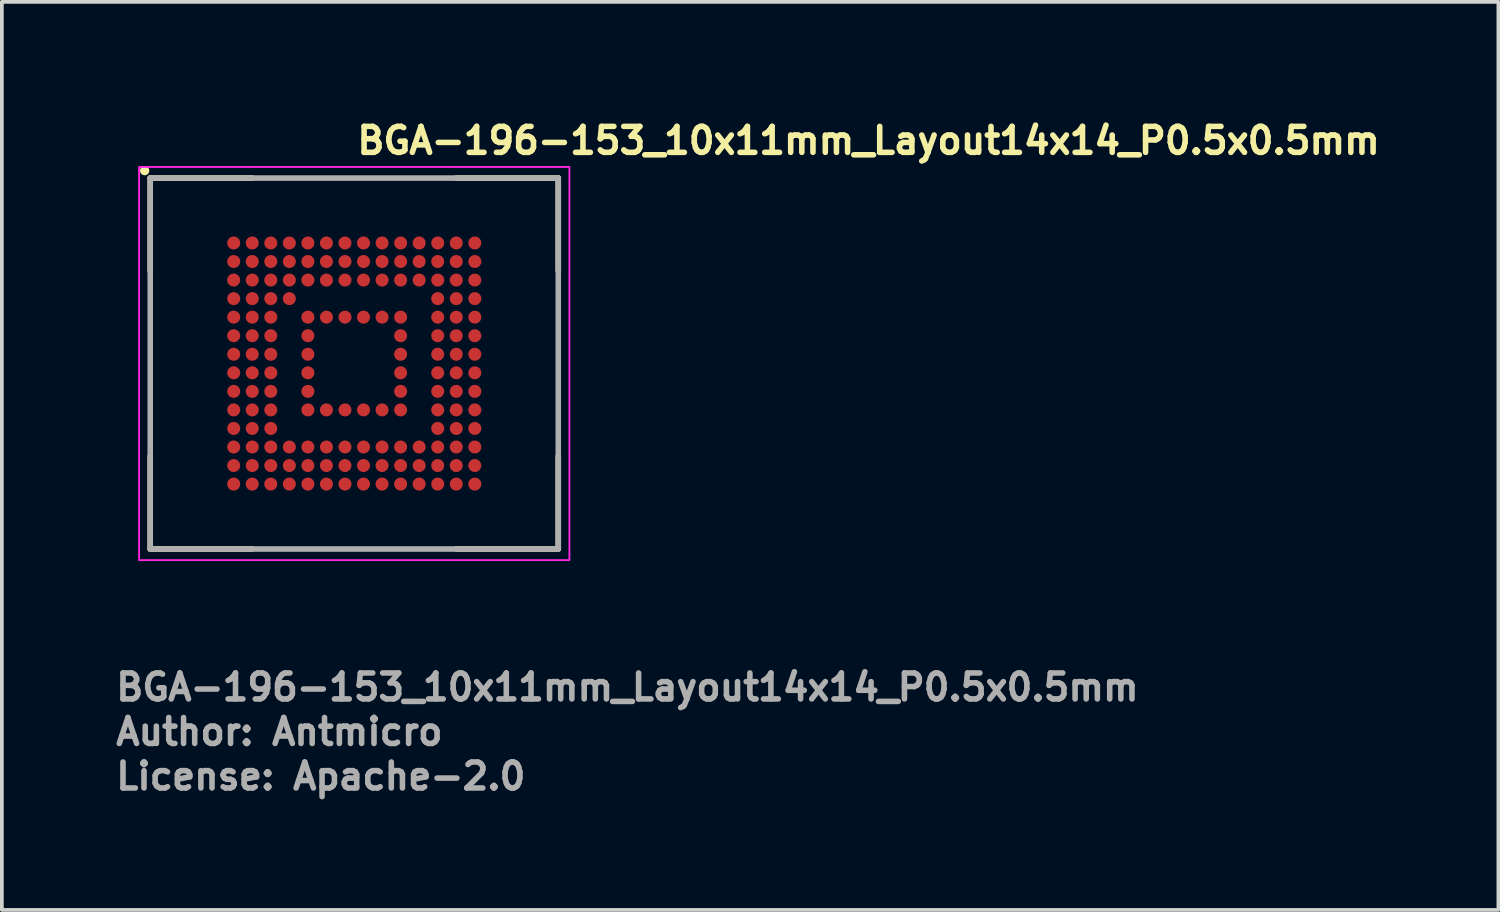
<source format=kicad_pcb>
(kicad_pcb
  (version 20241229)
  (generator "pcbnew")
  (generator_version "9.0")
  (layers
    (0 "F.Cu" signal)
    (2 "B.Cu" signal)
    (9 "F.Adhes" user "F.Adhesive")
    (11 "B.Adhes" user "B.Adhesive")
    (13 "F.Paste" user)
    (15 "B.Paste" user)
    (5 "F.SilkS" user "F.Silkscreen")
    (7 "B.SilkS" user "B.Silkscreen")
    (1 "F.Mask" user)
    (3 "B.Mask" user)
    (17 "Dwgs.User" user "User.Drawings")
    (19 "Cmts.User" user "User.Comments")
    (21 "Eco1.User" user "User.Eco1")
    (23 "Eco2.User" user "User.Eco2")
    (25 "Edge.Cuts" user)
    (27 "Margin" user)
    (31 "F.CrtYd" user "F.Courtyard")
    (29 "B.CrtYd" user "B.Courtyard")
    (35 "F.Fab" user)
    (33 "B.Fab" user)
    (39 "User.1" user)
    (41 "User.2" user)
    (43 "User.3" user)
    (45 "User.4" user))
  (footprint "BGA-196-153_10x11mm_Layout14x14_P0.5x0.5mm"
    (layer "F.Cu")
    (at 6.5 6.75)
    (property "Reference" "BGA-196-153_10x11mm_Layout14x14_P0.5x0.5mm" (at 0 -5.6 0) (layer "F.SilkS") (effects (font (size 0.7 0.7) (thickness 0.15)) (justify left bottom)))
    (attr smd)
    (fp_line (start -5.5 -5) (end -5.5 -2.5) (stroke (width 0.15) (type solid)) (layer "F.SilkS"))
    (fp_line (start -5.5 -5) (end -2.75 -5) (stroke (width 0.15) (type solid)) (layer "F.SilkS"))
    (fp_line (start -5.5 5) (end -5.5 2.5) (stroke (width 0.15) (type solid)) (layer "F.SilkS"))
    (fp_line (start -5.5 5) (end -2.75 5) (stroke (width 0.15) (type solid)) (layer "F.SilkS"))
    (fp_line (start 5.5 -5) (end 2.75 -5) (stroke (width 0.15) (type solid)) (layer "F.SilkS"))
    (fp_line (start 5.5 -5) (end 5.5 -2.5) (stroke (width 0.15) (type solid)) (layer "F.SilkS"))
    (fp_line (start 5.5 5) (end 2.75 5) (stroke (width 0.15) (type solid)) (layer "F.SilkS"))
    (fp_line (start 5.5 5) (end 5.5 2.5) (stroke (width 0.15) (type solid)) (layer "F.SilkS"))
    (fp_circle (center -5.65 -5.2) (end -5.6 -5.2) (stroke (width 0.15) (type solid)) (fill yes) (layer "F.SilkS"))
    (fp_rect (start -5.8 -5.3) (end 5.8 5.3) (stroke (width 0.05) (type solid)) (fill no) (layer "F.CrtYd"))
    (fp_line (start -5.5 5) (end -5.5 -5) (stroke (width 0.15) (type solid)) (layer "F.Fab"))
    (fp_line (start 5.5 -5) (end -5.5 -5) (stroke (width 0.15) (type solid)) (layer "F.Fab"))
    (fp_line (start 5.5 5) (end -5.5 5) (stroke (width 0.15) (type solid)) (layer "F.Fab"))
    (fp_line (start 5.5 5) (end 5.5 -5) (stroke (width 0.15) (type solid)) (layer "F.Fab"))
    (fp_rect (start -5.5 -5) (end 5.5 5) (stroke (width 0.1) (type solid)) (fill no) (layer "User.5"))
    (fp_line (start -5.5 -5) (end -5.5 5) (stroke (width 0.02) (type solid)) (layer "User.9"))
    (fp_line (start -5.5 5) (end 5.5 5) (stroke (width 0.02) (type solid)) (layer "User.9"))
    (fp_line (start -5.165 -4.317) (end -5.165 -4.307) (stroke (width 0.02) (type solid)) (layer "User.9"))
    (fp_line (start -5.165 -4.317) (end -5.165 -4.307) (stroke (width 0.02) (type solid)) (layer "User.9"))
    (fp_line (start -5.165 -4.307) (end -5.164 -4.288) (stroke (width 0.02) (type solid)) (layer "User.9"))
    (fp_line (start -5.165 -4.307) (end -5.164 -4.288) (stroke (width 0.02) (type solid)) (layer "User.9"))
    (fp_line (start -5.164 -4.327) (end -5.165 -4.317) (stroke (width 0.02) (type solid)) (layer "User.9"))
    (fp_line (start -5.164 -4.327) (end -5.165 -4.317) (stroke (width 0.02) (type solid)) (layer "User.9"))
    (fp_line (start -5.164 -4.288) (end -5.162 -4.268) (stroke (width 0.02) (type solid)) (layer "User.9"))
    (fp_line (start -5.164 -4.288) (end -5.162 -4.268) (stroke (width 0.02) (type solid)) (layer "User.9"))
    (fp_line (start -5.163 -4.337) (end -5.164 -4.327) (stroke (width 0.02) (type solid)) (layer "User.9"))
    (fp_line (start -5.163 -4.337) (end -5.164 -4.327) (stroke (width 0.02) (type solid)) (layer "User.9"))
    (fp_line (start -5.162 -4.347) (end -5.163 -4.337) (stroke (width 0.02) (type solid)) (layer "User.9"))
    (fp_line (start -5.162 -4.347) (end -5.163 -4.337) (stroke (width 0.02) (type solid)) (layer "User.9"))
    (fp_line (start -5.162 -4.268) (end -5.159 -4.249) (stroke (width 0.02) (type solid)) (layer "User.9"))
    (fp_line (start -5.162 -4.268) (end -5.159 -4.249) (stroke (width 0.02) (type solid)) (layer "User.9"))
    (fp_line (start -5.161 -4.356) (end -5.162 -4.347) (stroke (width 0.02) (type solid)) (layer "User.9"))
    (fp_line (start -5.161 -4.356) (end -5.162 -4.347) (stroke (width 0.02) (type solid)) (layer "User.9"))
    (fp_line (start -5.159 -4.366) (end -5.161 -4.356) (stroke (width 0.02) (type solid)) (layer "User.9"))
    (fp_line (start -5.159 -4.366) (end -5.161 -4.356) (stroke (width 0.02) (type solid)) (layer "User.9"))
    (fp_line (start -5.159 -4.249) (end -5.154 -4.23) (stroke (width 0.02) (type solid)) (layer "User.9"))
    (fp_line (start -5.159 -4.249) (end -5.154 -4.23) (stroke (width 0.02) (type solid)) (layer "User.9"))
    (fp_line (start -5.157 -4.375) (end -5.159 -4.366) (stroke (width 0.02) (type solid)) (layer "User.9"))
    (fp_line (start -5.157 -4.375) (end -5.159 -4.366) (stroke (width 0.02) (type solid)) (layer "User.9"))
    (fp_line (start -5.154 -4.385) (end -5.157 -4.375) (stroke (width 0.02) (type solid)) (layer "User.9"))
    (fp_line (start -5.154 -4.385) (end -5.157 -4.375) (stroke (width 0.02) (type solid)) (layer "User.9"))
    (fp_line (start -5.154 -4.23) (end -5.149 -4.212) (stroke (width 0.02) (type solid)) (layer "User.9"))
    (fp_line (start -5.154 -4.23) (end -5.149 -4.212) (stroke (width 0.02) (type solid)) (layer "User.9"))
    (fp_line (start -5.152 -4.394) (end -5.154 -4.385) (stroke (width 0.02) (type solid)) (layer "User.9"))
    (fp_line (start -5.152 -4.394) (end -5.154 -4.385) (stroke (width 0.02) (type solid)) (layer "User.9"))
    (fp_line (start -5.149 -4.403) (end -5.152 -4.394) (stroke (width 0.02) (type solid)) (layer "User.9"))
    (fp_line (start -5.149 -4.403) (end -5.152 -4.394) (stroke (width 0.02) (type solid)) (layer "User.9"))
    (fp_line (start -5.149 -4.212) (end -5.142 -4.194) (stroke (width 0.02) (type solid)) (layer "User.9"))
    (fp_line (start -5.149 -4.212) (end -5.142 -4.194) (stroke (width 0.02) (type solid)) (layer "User.9"))
    (fp_line (start -5.146 -4.412) (end -5.149 -4.403) (stroke (width 0.02) (type solid)) (layer "User.9"))
    (fp_line (start -5.146 -4.412) (end -5.149 -4.403) (stroke (width 0.02) (type solid)) (layer "User.9"))
    (fp_line (start -5.142 -4.421) (end -5.146 -4.412) (stroke (width 0.02) (type solid)) (layer "User.9"))
    (fp_line (start -5.142 -4.421) (end -5.146 -4.412) (stroke (width 0.02) (type solid)) (layer "User.9"))
    (fp_line (start -5.142 -4.194) (end -5.134 -4.176) (stroke (width 0.02) (type solid)) (layer "User.9"))
    (fp_line (start -5.142 -4.194) (end -5.134 -4.176) (stroke (width 0.02) (type solid)) (layer "User.9"))
    (fp_line (start -5.138 -4.43) (end -5.142 -4.421) (stroke (width 0.02) (type solid)) (layer "User.9"))
    (fp_line (start -5.138 -4.43) (end -5.142 -4.421) (stroke (width 0.02) (type solid)) (layer "User.9"))
    (fp_line (start -5.134 -4.439) (end -5.138 -4.43) (stroke (width 0.02) (type solid)) (layer "User.9"))
    (fp_line (start -5.134 -4.439) (end -5.138 -4.43) (stroke (width 0.02) (type solid)) (layer "User.9"))
    (fp_line (start -5.134 -4.176) (end -5.125 -4.159) (stroke (width 0.02) (type solid)) (layer "User.9"))
    (fp_line (start -5.134 -4.176) (end -5.125 -4.159) (stroke (width 0.02) (type solid)) (layer "User.9"))
    (fp_line (start -5.13 -4.447) (end -5.134 -4.439) (stroke (width 0.02) (type solid)) (layer "User.9"))
    (fp_line (start -5.13 -4.447) (end -5.134 -4.439) (stroke (width 0.02) (type solid)) (layer "User.9"))
    (fp_line (start -5.125 -4.456) (end -5.13 -4.447) (stroke (width 0.02) (type solid)) (layer "User.9"))
    (fp_line (start -5.125 -4.456) (end -5.13 -4.447) (stroke (width 0.02) (type solid)) (layer "User.9"))
    (fp_line (start -5.125 -4.159) (end -5.115 -4.143) (stroke (width 0.02) (type solid)) (layer "User.9"))
    (fp_line (start -5.125 -4.159) (end -5.115 -4.143) (stroke (width 0.02) (type solid)) (layer "User.9"))
    (fp_line (start -5.12 -4.464) (end -5.125 -4.456) (stroke (width 0.02) (type solid)) (layer "User.9"))
    (fp_line (start -5.12 -4.464) (end -5.125 -4.456) (stroke (width 0.02) (type solid)) (layer "User.9"))
    (fp_line (start -5.115 -4.472) (end -5.12 -4.464) (stroke (width 0.02) (type solid)) (layer "User.9"))
    (fp_line (start -5.115 -4.472) (end -5.12 -4.464) (stroke (width 0.02) (type solid)) (layer "User.9"))
    (fp_line (start -5.115 -4.143) (end -5.104 -4.127) (stroke (width 0.02) (type solid)) (layer "User.9"))
    (fp_line (start -5.115 -4.143) (end -5.104 -4.127) (stroke (width 0.02) (type solid)) (layer "User.9"))
    (fp_line (start -5.109 -4.48) (end -5.115 -4.472) (stroke (width 0.02) (type solid)) (layer "User.9"))
    (fp_line (start -5.109 -4.48) (end -5.115 -4.472) (stroke (width 0.02) (type solid)) (layer "User.9"))
    (fp_line (start -5.104 -4.488) (end -5.109 -4.48) (stroke (width 0.02) (type solid)) (layer "User.9"))
    (fp_line (start -5.104 -4.488) (end -5.109 -4.48) (stroke (width 0.02) (type solid)) (layer "User.9"))
    (fp_line (start -5.104 -4.127) (end -5.091 -4.112) (stroke (width 0.02) (type solid)) (layer "User.9"))
    (fp_line (start -5.104 -4.127) (end -5.091 -4.112) (stroke (width 0.02) (type solid)) (layer "User.9"))
    (fp_line (start -5.098 -4.495) (end -5.104 -4.488) (stroke (width 0.02) (type solid)) (layer "User.9"))
    (fp_line (start -5.098 -4.495) (end -5.104 -4.488) (stroke (width 0.02) (type solid)) (layer "User.9"))
    (fp_line (start -5.091 -4.502) (end -5.098 -4.495) (stroke (width 0.02) (type solid)) (layer "User.9"))
    (fp_line (start -5.091 -4.502) (end -5.098 -4.495) (stroke (width 0.02) (type solid)) (layer "User.9"))
    (fp_line (start -5.091 -4.112) (end -5.078 -4.098) (stroke (width 0.02) (type solid)) (layer "User.9"))
    (fp_line (start -5.091 -4.112) (end -5.078 -4.098) (stroke (width 0.02) (type solid)) (layer "User.9"))
    (fp_line (start -5.085 -4.51) (end -5.091 -4.502) (stroke (width 0.02) (type solid)) (layer "User.9"))
    (fp_line (start -5.085 -4.51) (end -5.091 -4.502) (stroke (width 0.02) (type solid)) (layer "User.9"))
    (fp_line (start -5.078 -4.517) (end -5.085 -4.51) (stroke (width 0.02) (type solid)) (layer "User.9"))
    (fp_line (start -5.078 -4.517) (end -5.085 -4.51) (stroke (width 0.02) (type solid)) (layer "User.9"))
    (fp_line (start -5.078 -4.098) (end -5.064 -4.085) (stroke (width 0.02) (type solid)) (layer "User.9"))
    (fp_line (start -5.078 -4.098) (end -5.064 -4.085) (stroke (width 0.02) (type solid)) (layer "User.9"))
    (fp_line (start -5.071 -4.523) (end -5.078 -4.517) (stroke (width 0.02) (type solid)) (layer "User.9"))
    (fp_line (start -5.071 -4.523) (end -5.078 -4.517) (stroke (width 0.02) (type solid)) (layer "User.9"))
    (fp_line (start -5.064 -4.53) (end -5.071 -4.523) (stroke (width 0.02) (type solid)) (layer "User.9"))
    (fp_line (start -5.064 -4.53) (end -5.071 -4.523) (stroke (width 0.02) (type solid)) (layer "User.9"))
    (fp_line (start -5.064 -4.085) (end -5.049 -4.073) (stroke (width 0.02) (type solid)) (layer "User.9"))
    (fp_line (start -5.064 -4.085) (end -5.049 -4.073) (stroke (width 0.02) (type solid)) (layer "User.9"))
    (fp_line (start -5.057 -4.536) (end -5.064 -4.53) (stroke (width 0.02) (type solid)) (layer "User.9"))
    (fp_line (start -5.057 -4.536) (end -5.064 -4.53) (stroke (width 0.02) (type solid)) (layer "User.9"))
    (fp_line (start -5.049 -4.542) (end -5.057 -4.536) (stroke (width 0.02) (type solid)) (layer "User.9"))
    (fp_line (start -5.049 -4.542) (end -5.057 -4.536) (stroke (width 0.02) (type solid)) (layer "User.9"))
    (fp_line (start -5.049 -4.073) (end -5.033 -4.061) (stroke (width 0.02) (type solid)) (layer "User.9"))
    (fp_line (start -5.049 -4.073) (end -5.033 -4.061) (stroke (width 0.02) (type solid)) (layer "User.9"))
    (fp_line (start -5.041 -4.548) (end -5.049 -4.542) (stroke (width 0.02) (type solid)) (layer "User.9"))
    (fp_line (start -5.041 -4.548) (end -5.049 -4.542) (stroke (width 0.02) (type solid)) (layer "User.9"))
    (fp_line (start -5.033 -4.554) (end -5.041 -4.548) (stroke (width 0.02) (type solid)) (layer "User.9"))
    (fp_line (start -5.033 -4.554) (end -5.041 -4.548) (stroke (width 0.02) (type solid)) (layer "User.9"))
    (fp_line (start -5.033 -4.061) (end -5.016 -4.051) (stroke (width 0.02) (type solid)) (layer "User.9"))
    (fp_line (start -5.033 -4.061) (end -5.016 -4.051) (stroke (width 0.02) (type solid)) (layer "User.9"))
    (fp_line (start -5.025 -4.559) (end -5.033 -4.554) (stroke (width 0.02) (type solid)) (layer "User.9"))
    (fp_line (start -5.025 -4.559) (end -5.033 -4.554) (stroke (width 0.02) (type solid)) (layer "User.9"))
    (fp_line (start -5.016 -4.564) (end -5.025 -4.559) (stroke (width 0.02) (type solid)) (layer "User.9"))
    (fp_line (start -5.016 -4.564) (end -5.025 -4.559) (stroke (width 0.02) (type solid)) (layer "User.9"))
    (fp_line (start -5.016 -4.564) (end -5.016 -4.564) (stroke (width 0.02) (type solid)) (layer "User.9"))
    (fp_line (start -5.016 -4.564) (end -5.016 -4.564) (stroke (width 0.02) (type solid)) (layer "User.9"))
    (fp_line (start -5.016 -4.051) (end -5.016 -4.051) (stroke (width 0.02) (type solid)) (layer "User.9"))
    (fp_line (start -5.016 -4.051) (end -5.016 -4.051) (stroke (width 0.02) (type solid)) (layer "User.9"))
    (fp_line (start -5.016 -4.051) (end -4.999 -4.041) (stroke (width 0.02) (type solid)) (layer "User.9"))
    (fp_line (start -5.016 -4.051) (end -4.999 -4.041) (stroke (width 0.02) (type solid)) (layer "User.9"))
    (fp_line (start -4.999 -4.573) (end -5.016 -4.564) (stroke (width 0.02) (type solid)) (layer "User.9"))
    (fp_line (start -4.999 -4.573) (end -5.016 -4.564) (stroke (width 0.02) (type solid)) (layer "User.9"))
    (fp_line (start -4.999 -4.041) (end -4.981 -4.033) (stroke (width 0.02) (type solid)) (layer "User.9"))
    (fp_line (start -4.999 -4.041) (end -4.981 -4.033) (stroke (width 0.02) (type solid)) (layer "User.9"))
    (fp_line (start -4.981 -4.582) (end -4.999 -4.573) (stroke (width 0.02) (type solid)) (layer "User.9"))
    (fp_line (start -4.981 -4.582) (end -4.999 -4.573) (stroke (width 0.02) (type solid)) (layer "User.9"))
    (fp_line (start -4.981 -4.033) (end -4.963 -4.025) (stroke (width 0.02) (type solid)) (layer "User.9"))
    (fp_line (start -4.981 -4.033) (end -4.963 -4.025) (stroke (width 0.02) (type solid)) (layer "User.9"))
    (fp_line (start -4.963 -4.588) (end -4.981 -4.582) (stroke (width 0.02) (type solid)) (layer "User.9"))
    (fp_line (start -4.963 -4.588) (end -4.981 -4.582) (stroke (width 0.02) (type solid)) (layer "User.9"))
    (fp_line (start -4.963 -4.025) (end -4.944 -4.021) (stroke (width 0.02) (type solid)) (layer "User.9"))
    (fp_line (start -4.963 -4.025) (end -4.944 -4.021) (stroke (width 0.02) (type solid)) (layer "User.9"))
    (fp_line (start -4.944 -4.594) (end -4.963 -4.588) (stroke (width 0.02) (type solid)) (layer "User.9"))
    (fp_line (start -4.944 -4.594) (end -4.963 -4.588) (stroke (width 0.02) (type solid)) (layer "User.9"))
    (fp_line (start -4.944 -4.021) (end -4.926 -4.017) (stroke (width 0.02) (type solid)) (layer "User.9"))
    (fp_line (start -4.944 -4.021) (end -4.926 -4.017) (stroke (width 0.02) (type solid)) (layer "User.9"))
    (fp_line (start -4.926 -4.598) (end -4.944 -4.594) (stroke (width 0.02) (type solid)) (layer "User.9"))
    (fp_line (start -4.926 -4.598) (end -4.944 -4.594) (stroke (width 0.02) (type solid)) (layer "User.9"))
    (fp_line (start -4.926 -4.017) (end -4.907 -4.013) (stroke (width 0.02) (type solid)) (layer "User.9"))
    (fp_line (start -4.926 -4.017) (end -4.907 -4.013) (stroke (width 0.02) (type solid)) (layer "User.9"))
    (fp_line (start -4.907 -4.601) (end -4.926 -4.598) (stroke (width 0.02) (type solid)) (layer "User.9"))
    (fp_line (start -4.907 -4.601) (end -4.926 -4.598) (stroke (width 0.02) (type solid)) (layer "User.9"))
    (fp_line (start -4.907 -4.013) (end -4.887 -4.012) (stroke (width 0.02) (type solid)) (layer "User.9"))
    (fp_line (start -4.907 -4.013) (end -4.887 -4.012) (stroke (width 0.02) (type solid)) (layer "User.9"))
    (fp_line (start -4.887 -4.603) (end -4.907 -4.601) (stroke (width 0.02) (type solid)) (layer "User.9"))
    (fp_line (start -4.887 -4.603) (end -4.907 -4.601) (stroke (width 0.02) (type solid)) (layer "User.9"))
    (fp_line (start -4.887 -4.012) (end -4.868 -4.011) (stroke (width 0.02) (type solid)) (layer "User.9"))
    (fp_line (start -4.887 -4.012) (end -4.868 -4.011) (stroke (width 0.02) (type solid)) (layer "User.9"))
    (fp_line (start -4.868 -4.604) (end -4.887 -4.603) (stroke (width 0.02) (type solid)) (layer "User.9"))
    (fp_line (start -4.868 -4.604) (end -4.887 -4.603) (stroke (width 0.02) (type solid)) (layer "User.9"))
    (fp_line (start -4.868 -4.011) (end -4.849 -4.012) (stroke (width 0.02) (type solid)) (layer "User.9"))
    (fp_line (start -4.868 -4.011) (end -4.849 -4.012) (stroke (width 0.02) (type solid)) (layer "User.9"))
    (fp_line (start -4.849 -4.603) (end -4.868 -4.604) (stroke (width 0.02) (type solid)) (layer "User.9"))
    (fp_line (start -4.849 -4.603) (end -4.868 -4.604) (stroke (width 0.02) (type solid)) (layer "User.9"))
    (fp_line (start -4.849 -4.012) (end -4.83 -4.013) (stroke (width 0.02) (type solid)) (layer "User.9"))
    (fp_line (start -4.849 -4.012) (end -4.83 -4.013) (stroke (width 0.02) (type solid)) (layer "User.9"))
    (fp_line (start -4.83 -4.601) (end -4.849 -4.603) (stroke (width 0.02) (type solid)) (layer "User.9"))
    (fp_line (start -4.83 -4.601) (end -4.849 -4.603) (stroke (width 0.02) (type solid)) (layer "User.9"))
    (fp_line (start -4.83 -4.013) (end -4.811 -4.017) (stroke (width 0.02) (type solid)) (layer "User.9"))
    (fp_line (start -4.83 -4.013) (end -4.811 -4.017) (stroke (width 0.02) (type solid)) (layer "User.9"))
    (fp_line (start -4.811 -4.598) (end -4.83 -4.601) (stroke (width 0.02) (type solid)) (layer "User.9"))
    (fp_line (start -4.811 -4.598) (end -4.83 -4.601) (stroke (width 0.02) (type solid)) (layer "User.9"))
    (fp_line (start -4.811 -4.017) (end -4.792 -4.021) (stroke (width 0.02) (type solid)) (layer "User.9"))
    (fp_line (start -4.811 -4.017) (end -4.792 -4.021) (stroke (width 0.02) (type solid)) (layer "User.9"))
    (fp_line (start -4.792 -4.594) (end -4.811 -4.598) (stroke (width 0.02) (type solid)) (layer "User.9"))
    (fp_line (start -4.792 -4.594) (end -4.811 -4.598) (stroke (width 0.02) (type solid)) (layer "User.9"))
    (fp_line (start -4.792 -4.021) (end -4.774 -4.025) (stroke (width 0.02) (type solid)) (layer "User.9"))
    (fp_line (start -4.792 -4.021) (end -4.774 -4.025) (stroke (width 0.02) (type solid)) (layer "User.9"))
    (fp_line (start -4.774 -4.588) (end -4.792 -4.594) (stroke (width 0.02) (type solid)) (layer "User.9"))
    (fp_line (start -4.774 -4.588) (end -4.792 -4.594) (stroke (width 0.02) (type solid)) (layer "User.9"))
    (fp_line (start -4.774 -4.025) (end -4.755 -4.033) (stroke (width 0.02) (type solid)) (layer "User.9"))
    (fp_line (start -4.774 -4.025) (end -4.755 -4.033) (stroke (width 0.02) (type solid)) (layer "User.9"))
    (fp_line (start -4.755 -4.582) (end -4.774 -4.588) (stroke (width 0.02) (type solid)) (layer "User.9"))
    (fp_line (start -4.755 -4.582) (end -4.774 -4.588) (stroke (width 0.02) (type solid)) (layer "User.9"))
    (fp_line (start -4.755 -4.033) (end -4.737 -4.041) (stroke (width 0.02) (type solid)) (layer "User.9"))
    (fp_line (start -4.755 -4.033) (end -4.737 -4.041) (stroke (width 0.02) (type solid)) (layer "User.9"))
    (fp_line (start -4.737 -4.573) (end -4.755 -4.582) (stroke (width 0.02) (type solid)) (layer "User.9"))
    (fp_line (start -4.737 -4.573) (end -4.755 -4.582) (stroke (width 0.02) (type solid)) (layer "User.9"))
    (fp_line (start -4.737 -4.041) (end -4.72 -4.051) (stroke (width 0.02) (type solid)) (layer "User.9"))
    (fp_line (start -4.737 -4.041) (end -4.72 -4.051) (stroke (width 0.02) (type solid)) (layer "User.9"))
    (fp_line (start -4.72 -4.564) (end -4.737 -4.573) (stroke (width 0.02) (type solid)) (layer "User.9"))
    (fp_line (start -4.72 -4.564) (end -4.737 -4.573) (stroke (width 0.02) (type solid)) (layer "User.9"))
    (fp_line (start -4.72 -4.564) (end -4.72 -4.564) (stroke (width 0.02) (type solid)) (layer "User.9"))
    (fp_line (start -4.72 -4.564) (end -4.72 -4.564) (stroke (width 0.02) (type solid)) (layer "User.9"))
    (fp_line (start -4.72 -4.051) (end -4.72 -4.051) (stroke (width 0.02) (type solid)) (layer "User.9"))
    (fp_line (start -4.72 -4.051) (end -4.72 -4.051) (stroke (width 0.02) (type solid)) (layer "User.9"))
    (fp_line (start -4.72 -4.051) (end -4.711 -4.056) (stroke (width 0.02) (type solid)) (layer "User.9"))
    (fp_line (start -4.72 -4.051) (end -4.711 -4.056) (stroke (width 0.02) (type solid)) (layer "User.9"))
    (fp_line (start -4.711 -4.056) (end -4.703 -4.061) (stroke (width 0.02) (type solid)) (layer "User.9"))
    (fp_line (start -4.711 -4.056) (end -4.703 -4.061) (stroke (width 0.02) (type solid)) (layer "User.9"))
    (fp_line (start -4.703 -4.554) (end -4.72 -4.564) (stroke (width 0.02) (type solid)) (layer "User.9"))
    (fp_line (start -4.703 -4.554) (end -4.72 -4.564) (stroke (width 0.02) (type solid)) (layer "User.9"))
    (fp_line (start -4.703 -4.061) (end -4.695 -4.067) (stroke (width 0.02) (type solid)) (layer "User.9"))
    (fp_line (start -4.703 -4.061) (end -4.695 -4.067) (stroke (width 0.02) (type solid)) (layer "User.9"))
    (fp_line (start -4.695 -4.067) (end -4.687 -4.073) (stroke (width 0.02) (type solid)) (layer "User.9"))
    (fp_line (start -4.695 -4.067) (end -4.687 -4.073) (stroke (width 0.02) (type solid)) (layer "User.9"))
    (fp_line (start -4.687 -4.542) (end -4.703 -4.554) (stroke (width 0.02) (type solid)) (layer "User.9"))
    (fp_line (start -4.687 -4.542) (end -4.703 -4.554) (stroke (width 0.02) (type solid)) (layer "User.9"))
    (fp_line (start -4.687 -4.073) (end -4.68 -4.078) (stroke (width 0.02) (type solid)) (layer "User.9"))
    (fp_line (start -4.687 -4.073) (end -4.68 -4.078) (stroke (width 0.02) (type solid)) (layer "User.9"))
    (fp_line (start -4.68 -4.078) (end -4.672 -4.085) (stroke (width 0.02) (type solid)) (layer "User.9"))
    (fp_line (start -4.68 -4.078) (end -4.672 -4.085) (stroke (width 0.02) (type solid)) (layer "User.9"))
    (fp_line (start -4.672 -4.53) (end -4.687 -4.542) (stroke (width 0.02) (type solid)) (layer "User.9"))
    (fp_line (start -4.672 -4.53) (end -4.687 -4.542) (stroke (width 0.02) (type solid)) (layer "User.9"))
    (fp_line (start -4.672 -4.085) (end -4.665 -4.091) (stroke (width 0.02) (type solid)) (layer "User.9"))
    (fp_line (start -4.672 -4.085) (end -4.665 -4.091) (stroke (width 0.02) (type solid)) (layer "User.9"))
    (fp_line (start -4.665 -4.091) (end -4.658 -4.098) (stroke (width 0.02) (type solid)) (layer "User.9"))
    (fp_line (start -4.665 -4.091) (end -4.658 -4.098) (stroke (width 0.02) (type solid)) (layer "User.9"))
    (fp_line (start -4.658 -4.517) (end -4.672 -4.53) (stroke (width 0.02) (type solid)) (layer "User.9"))
    (fp_line (start -4.658 -4.517) (end -4.672 -4.53) (stroke (width 0.02) (type solid)) (layer "User.9"))
    (fp_line (start -4.658 -4.098) (end -4.651 -4.105) (stroke (width 0.02) (type solid)) (layer "User.9"))
    (fp_line (start -4.658 -4.098) (end -4.651 -4.105) (stroke (width 0.02) (type solid)) (layer "User.9"))
    (fp_line (start -4.651 -4.105) (end -4.645 -4.112) (stroke (width 0.02) (type solid)) (layer "User.9"))
    (fp_line (start -4.651 -4.105) (end -4.645 -4.112) (stroke (width 0.02) (type solid)) (layer "User.9"))
    (fp_line (start -4.645 -4.502) (end -4.658 -4.517) (stroke (width 0.02) (type solid)) (layer "User.9"))
    (fp_line (start -4.645 -4.502) (end -4.658 -4.517) (stroke (width 0.02) (type solid)) (layer "User.9"))
    (fp_line (start -4.645 -4.112) (end -4.639 -4.12) (stroke (width 0.02) (type solid)) (layer "User.9"))
    (fp_line (start -4.645 -4.112) (end -4.639 -4.12) (stroke (width 0.02) (type solid)) (layer "User.9"))
    (fp_line (start -4.639 -4.12) (end -4.633 -4.127) (stroke (width 0.02) (type solid)) (layer "User.9"))
    (fp_line (start -4.639 -4.12) (end -4.633 -4.127) (stroke (width 0.02) (type solid)) (layer "User.9"))
    (fp_line (start -4.633 -4.488) (end -4.645 -4.502) (stroke (width 0.02) (type solid)) (layer "User.9"))
    (fp_line (start -4.633 -4.488) (end -4.645 -4.502) (stroke (width 0.02) (type solid)) (layer "User.9"))
    (fp_line (start -4.633 -4.127) (end -4.627 -4.135) (stroke (width 0.02) (type solid)) (layer "User.9"))
    (fp_line (start -4.633 -4.127) (end -4.627 -4.135) (stroke (width 0.02) (type solid)) (layer "User.9"))
    (fp_line (start -4.627 -4.135) (end -4.622 -4.143) (stroke (width 0.02) (type solid)) (layer "User.9"))
    (fp_line (start -4.627 -4.135) (end -4.622 -4.143) (stroke (width 0.02) (type solid)) (layer "User.9"))
    (fp_line (start -4.622 -4.472) (end -4.633 -4.488) (stroke (width 0.02) (type solid)) (layer "User.9"))
    (fp_line (start -4.622 -4.472) (end -4.633 -4.488) (stroke (width 0.02) (type solid)) (layer "User.9"))
    (fp_line (start -4.622 -4.143) (end -4.616 -4.151) (stroke (width 0.02) (type solid)) (layer "User.9"))
    (fp_line (start -4.622 -4.143) (end -4.616 -4.151) (stroke (width 0.02) (type solid)) (layer "User.9"))
    (fp_line (start -4.616 -4.151) (end -4.611 -4.159) (stroke (width 0.02) (type solid)) (layer "User.9"))
    (fp_line (start -4.616 -4.151) (end -4.611 -4.159) (stroke (width 0.02) (type solid)) (layer "User.9"))
    (fp_line (start -4.611 -4.456) (end -4.622 -4.472) (stroke (width 0.02) (type solid)) (layer "User.9"))
    (fp_line (start -4.611 -4.456) (end -4.622 -4.472) (stroke (width 0.02) (type solid)) (layer "User.9"))
    (fp_line (start -4.611 -4.159) (end -4.607 -4.168) (stroke (width 0.02) (type solid)) (layer "User.9"))
    (fp_line (start -4.611 -4.159) (end -4.607 -4.168) (stroke (width 0.02) (type solid)) (layer "User.9"))
    (fp_line (start -4.607 -4.168) (end -4.602 -4.176) (stroke (width 0.02) (type solid)) (layer "User.9"))
    (fp_line (start -4.607 -4.168) (end -4.602 -4.176) (stroke (width 0.02) (type solid)) (layer "User.9"))
    (fp_line (start -4.602 -4.439) (end -4.611 -4.456) (stroke (width 0.02) (type solid)) (layer "User.9"))
    (fp_line (start -4.602 -4.439) (end -4.611 -4.456) (stroke (width 0.02) (type solid)) (layer "User.9"))
    (fp_line (start -4.602 -4.176) (end -4.598 -4.185) (stroke (width 0.02) (type solid)) (layer "User.9"))
    (fp_line (start -4.602 -4.176) (end -4.598 -4.185) (stroke (width 0.02) (type solid)) (layer "User.9"))
    (fp_line (start -4.598 -4.185) (end -4.594 -4.194) (stroke (width 0.02) (type solid)) (layer "User.9"))
    (fp_line (start -4.598 -4.185) (end -4.594 -4.194) (stroke (width 0.02) (type solid)) (layer "User.9"))
    (fp_line (start -4.594 -4.421) (end -4.602 -4.439) (stroke (width 0.02) (type solid)) (layer "User.9"))
    (fp_line (start -4.594 -4.421) (end -4.602 -4.439) (stroke (width 0.02) (type solid)) (layer "User.9"))
    (fp_line (start -4.594 -4.194) (end -4.591 -4.203) (stroke (width 0.02) (type solid)) (layer "User.9"))
    (fp_line (start -4.594 -4.194) (end -4.591 -4.203) (stroke (width 0.02) (type solid)) (layer "User.9"))
    (fp_line (start -4.591 -4.203) (end -4.588 -4.212) (stroke (width 0.02) (type solid)) (layer "User.9"))
    (fp_line (start -4.591 -4.203) (end -4.588 -4.212) (stroke (width 0.02) (type solid)) (layer "User.9"))
    (fp_line (start -4.588 -4.403) (end -4.594 -4.421) (stroke (width 0.02) (type solid)) (layer "User.9"))
    (fp_line (start -4.588 -4.403) (end -4.594 -4.421) (stroke (width 0.02) (type solid)) (layer "User.9"))
    (fp_line (start -4.588 -4.212) (end -4.585 -4.221) (stroke (width 0.02) (type solid)) (layer "User.9"))
    (fp_line (start -4.588 -4.212) (end -4.585 -4.221) (stroke (width 0.02) (type solid)) (layer "User.9"))
    (fp_line (start -4.585 -4.221) (end -4.582 -4.23) (stroke (width 0.02) (type solid)) (layer "User.9"))
    (fp_line (start -4.585 -4.221) (end -4.582 -4.23) (stroke (width 0.02) (type solid)) (layer "User.9"))
    (fp_line (start -4.582 -4.385) (end -4.588 -4.403) (stroke (width 0.02) (type solid)) (layer "User.9"))
    (fp_line (start -4.582 -4.385) (end -4.588 -4.403) (stroke (width 0.02) (type solid)) (layer "User.9"))
    (fp_line (start -4.582 -4.23) (end -4.58 -4.239) (stroke (width 0.02) (type solid)) (layer "User.9"))
    (fp_line (start -4.582 -4.23) (end -4.58 -4.239) (stroke (width 0.02) (type solid)) (layer "User.9"))
    (fp_line (start -4.58 -4.239) (end -4.578 -4.249) (stroke (width 0.02) (type solid)) (layer "User.9"))
    (fp_line (start -4.58 -4.239) (end -4.578 -4.249) (stroke (width 0.02) (type solid)) (layer "User.9"))
    (fp_line (start -4.578 -4.366) (end -4.582 -4.385) (stroke (width 0.02) (type solid)) (layer "User.9"))
    (fp_line (start -4.578 -4.366) (end -4.582 -4.385) (stroke (width 0.02) (type solid)) (layer "User.9"))
    (fp_line (start -4.578 -4.249) (end -4.576 -4.258) (stroke (width 0.02) (type solid)) (layer "User.9"))
    (fp_line (start -4.578 -4.249) (end -4.576 -4.258) (stroke (width 0.02) (type solid)) (layer "User.9"))
    (fp_line (start -4.576 -4.258) (end -4.574 -4.268) (stroke (width 0.02) (type solid)) (layer "User.9"))
    (fp_line (start -4.576 -4.258) (end -4.574 -4.268) (stroke (width 0.02) (type solid)) (layer "User.9"))
    (fp_line (start -4.574 -4.347) (end -4.578 -4.366) (stroke (width 0.02) (type solid)) (layer "User.9"))
    (fp_line (start -4.574 -4.347) (end -4.578 -4.366) (stroke (width 0.02) (type solid)) (layer "User.9"))
    (fp_line (start -4.574 -4.268) (end -4.573 -4.278) (stroke (width 0.02) (type solid)) (layer "User.9"))
    (fp_line (start -4.574 -4.268) (end -4.573 -4.278) (stroke (width 0.02) (type solid)) (layer "User.9"))
    (fp_line (start -4.573 -4.278) (end -4.572 -4.288) (stroke (width 0.02) (type solid)) (layer "User.9"))
    (fp_line (start -4.573 -4.278) (end -4.572 -4.288) (stroke (width 0.02) (type solid)) (layer "User.9"))
    (fp_line (start -4.572 -4.327) (end -4.574 -4.347) (stroke (width 0.02) (type solid)) (layer "User.9"))
    (fp_line (start -4.572 -4.327) (end -4.574 -4.347) (stroke (width 0.02) (type solid)) (layer "User.9"))
    (fp_line (start -4.572 -4.307) (end -4.572 -4.327) (stroke (width 0.02) (type solid)) (layer "User.9"))
    (fp_line (start -4.572 -4.307) (end -4.572 -4.327) (stroke (width 0.02) (type solid)) (layer "User.9"))
    (fp_line (start -4.572 -4.297) (end -4.572 -4.307) (stroke (width 0.02) (type solid)) (layer "User.9"))
    (fp_line (start -4.572 -4.297) (end -4.572 -4.307) (stroke (width 0.02) (type solid)) (layer "User.9"))
    (fp_line (start -4.572 -4.288) (end -4.572 -4.297) (stroke (width 0.02) (type solid)) (layer "User.9"))
    (fp_line (start -4.572 -4.288) (end -4.572 -4.297) (stroke (width 0.02) (type solid)) (layer "User.9"))
    (fp_line (start 5.5 -5) (end -5.5 -5) (stroke (width 0.02) (type solid)) (layer "User.9"))
    (fp_line (start 5.5 5) (end 5.5 -5) (stroke (width 0.02) (type solid)) (layer "User.9"))
    (fp_text user "License: Apache-2.0" (at -6.5 11.535 0) (layer "F.Fab") (effects (font (size 0.7 0.7) (thickness 0.15)) (justify left bottom)))
    (fp_text user "Author: Antmicro" (at -6.5 10.335 0) (layer "F.Fab") (effects (font (size 0.7 0.7) (thickness 0.15)) (justify left bottom)))
    (fp_text user "${REFERENCE}" (at -6.5 9.135 0) (layer "F.Fab") (effects (font (size 0.7 0.7) (thickness 0.15)) (justify left bottom)))
    (pad "A1" smd circle (at -3.25 -3.25) (size 0.35 0.35) (layers "F.Cu" "F.Mask" "F.Paste"))
    (pad "A2" smd circle (at -2.75 -3.25) (size 0.35 0.35) (layers "F.Cu" "F.Mask" "F.Paste"))
    (pad "A3" smd circle (at -2.25 -3.25) (size 0.35 0.35) (layers "F.Cu" "F.Mask" "F.Paste"))
    (pad "A4" smd circle (at -1.75 -3.25) (size 0.35 0.35) (layers "F.Cu" "F.Mask" "F.Paste"))
    (pad "A5" smd circle (at -1.25 -3.25) (size 0.35 0.35) (layers "F.Cu" "F.Mask" "F.Paste"))
    (pad "A6" smd circle (at -0.75 -3.25) (size 0.35 0.35) (layers "F.Cu" "F.Mask" "F.Paste"))
    (pad "A7" smd circle (at -0.25 -3.25) (size 0.35 0.35) (layers "F.Cu" "F.Mask" "F.Paste"))
    (pad "A8" smd circle (at 0.25 -3.25) (size 0.35 0.35) (layers "F.Cu" "F.Mask" "F.Paste"))
    (pad "A9" smd circle (at 0.75 -3.25) (size 0.35 0.35) (layers "F.Cu" "F.Mask" "F.Paste"))
    (pad "A10" smd circle (at 1.25 -3.25) (size 0.35 0.35) (layers "F.Cu" "F.Mask" "F.Paste"))
    (pad "A11" smd circle (at 1.75 -3.25) (size 0.35 0.35) (layers "F.Cu" "F.Mask" "F.Paste"))
    (pad "A12" smd circle (at 2.25 -3.25) (size 0.35 0.35) (layers "F.Cu" "F.Mask" "F.Paste"))
    (pad "A13" smd circle (at 2.75 -3.25) (size 0.35 0.35) (layers "F.Cu" "F.Mask" "F.Paste"))
    (pad "A14" smd circle (at 3.25 -3.25) (size 0.35 0.35) (layers "F.Cu" "F.Mask" "F.Paste"))
    (pad "B1" smd circle (at -3.25 -2.75) (size 0.35 0.35) (layers "F.Cu" "F.Mask" "F.Paste"))
    (pad "B2" smd circle (at -2.75 -2.75) (size 0.35 0.35) (layers "F.Cu" "F.Mask" "F.Paste"))
    (pad "B3" smd circle (at -2.25 -2.75) (size 0.35 0.35) (layers "F.Cu" "F.Mask" "F.Paste"))
    (pad "B4" smd circle (at -1.75 -2.75) (size 0.35 0.35) (layers "F.Cu" "F.Mask" "F.Paste"))
    (pad "B5" smd circle (at -1.25 -2.75) (size 0.35 0.35) (layers "F.Cu" "F.Mask" "F.Paste"))
    (pad "B6" smd circle (at -0.75 -2.75) (size 0.35 0.35) (layers "F.Cu" "F.Mask" "F.Paste"))
    (pad "B7" smd circle (at -0.25 -2.75) (size 0.35 0.35) (layers "F.Cu" "F.Mask" "F.Paste"))
    (pad "B8" smd circle (at 0.25 -2.75) (size 0.35 0.35) (layers "F.Cu" "F.Mask" "F.Paste"))
    (pad "B9" smd circle (at 0.75 -2.75) (size 0.35 0.35) (layers "F.Cu" "F.Mask" "F.Paste"))
    (pad "B10" smd circle (at 1.25 -2.75) (size 0.35 0.35) (layers "F.Cu" "F.Mask" "F.Paste"))
    (pad "B11" smd circle (at 1.75 -2.75) (size 0.35 0.35) (layers "F.Cu" "F.Mask" "F.Paste"))
    (pad "B12" smd circle (at 2.25 -2.75) (size 0.35 0.35) (layers "F.Cu" "F.Mask" "F.Paste"))
    (pad "B13" smd circle (at 2.75 -2.75) (size 0.35 0.35) (layers "F.Cu" "F.Mask" "F.Paste"))
    (pad "B14" smd circle (at 3.25 -2.75) (size 0.35 0.35) (layers "F.Cu" "F.Mask" "F.Paste"))
    (pad "C1" smd circle (at -3.25 -2.25) (size 0.35 0.35) (layers "F.Cu" "F.Mask" "F.Paste"))
    (pad "C2" smd circle (at -2.75 -2.25) (size 0.35 0.35) (layers "F.Cu" "F.Mask" "F.Paste"))
    (pad "C3" smd circle (at -2.25 -2.25) (size 0.35 0.35) (layers "F.Cu" "F.Mask" "F.Paste"))
    (pad "C4" smd circle (at -1.75 -2.25) (size 0.35 0.35) (layers "F.Cu" "F.Mask" "F.Paste"))
    (pad "C5" smd circle (at -1.25 -2.25) (size 0.35 0.35) (layers "F.Cu" "F.Mask" "F.Paste"))
    (pad "C6" smd circle (at -0.75 -2.25) (size 0.35 0.35) (layers "F.Cu" "F.Mask" "F.Paste"))
    (pad "C7" smd circle (at -0.25 -2.25) (size 0.35 0.35) (layers "F.Cu" "F.Mask" "F.Paste"))
    (pad "C8" smd circle (at 0.25 -2.25) (size 0.35 0.35) (layers "F.Cu" "F.Mask" "F.Paste"))
    (pad "C9" smd circle (at 0.75 -2.25) (size 0.35 0.35) (layers "F.Cu" "F.Mask" "F.Paste"))
    (pad "C10" smd circle (at 1.25 -2.25) (size 0.35 0.35) (layers "F.Cu" "F.Mask" "F.Paste"))
    (pad "C11" smd circle (at 1.75 -2.25) (size 0.35 0.35) (layers "F.Cu" "F.Mask" "F.Paste"))
    (pad "C12" smd circle (at 2.25 -2.25) (size 0.35 0.35) (layers "F.Cu" "F.Mask" "F.Paste"))
    (pad "C13" smd circle (at 2.75 -2.25) (size 0.35 0.35) (layers "F.Cu" "F.Mask" "F.Paste"))
    (pad "C14" smd circle (at 3.25 -2.25) (size 0.35 0.35) (layers "F.Cu" "F.Mask" "F.Paste"))
    (pad "D1" smd circle (at -3.25 -1.75) (size 0.35 0.35) (layers "F.Cu" "F.Mask" "F.Paste"))
    (pad "D2" smd circle (at -2.75 -1.75) (size 0.35 0.35) (layers "F.Cu" "F.Mask" "F.Paste"))
    (pad "D3" smd circle (at -2.25 -1.75) (size 0.35 0.35) (layers "F.Cu" "F.Mask" "F.Paste"))
    (pad "D4" smd circle (at -1.75 -1.75) (size 0.35 0.35) (layers "F.Cu" "F.Mask" "F.Paste"))
    (pad "D12" smd circle (at 2.25 -1.75) (size 0.35 0.35) (layers "F.Cu" "F.Mask" "F.Paste"))
    (pad "D13" smd circle (at 2.75 -1.75) (size 0.35 0.35) (layers "F.Cu" "F.Mask" "F.Paste"))
    (pad "D14" smd circle (at 3.25 -1.75) (size 0.35 0.35) (layers "F.Cu" "F.Mask" "F.Paste"))
    (pad "E1" smd circle (at -3.25 -1.25) (size 0.35 0.35) (layers "F.Cu" "F.Mask" "F.Paste"))
    (pad "E2" smd circle (at -2.75 -1.25) (size 0.35 0.35) (layers "F.Cu" "F.Mask" "F.Paste"))
    (pad "E3" smd circle (at -2.25 -1.25) (size 0.35 0.35) (layers "F.Cu" "F.Mask" "F.Paste"))
    (pad "E5" smd circle (at -1.25 -1.25) (size 0.35 0.35) (layers "F.Cu" "F.Mask" "F.Paste"))
    (pad "E6" smd circle (at -0.75 -1.25) (size 0.35 0.35) (layers "F.Cu" "F.Mask" "F.Paste"))
    (pad "E7" smd circle (at -0.25 -1.25) (size 0.35 0.35) (layers "F.Cu" "F.Mask" "F.Paste"))
    (pad "E8" smd circle (at 0.25 -1.25) (size 0.35 0.35) (layers "F.Cu" "F.Mask" "F.Paste"))
    (pad "E9" smd circle (at 0.75 -1.25) (size 0.35 0.35) (layers "F.Cu" "F.Mask" "F.Paste"))
    (pad "E10" smd circle (at 1.25 -1.25) (size 0.35 0.35) (layers "F.Cu" "F.Mask" "F.Paste"))
    (pad "E12" smd circle (at 2.25 -1.25) (size 0.35 0.35) (layers "F.Cu" "F.Mask" "F.Paste"))
    (pad "E13" smd circle (at 2.75 -1.25) (size 0.35 0.35) (layers "F.Cu" "F.Mask" "F.Paste"))
    (pad "E14" smd circle (at 3.25 -1.25) (size 0.35 0.35) (layers "F.Cu" "F.Mask" "F.Paste"))
    (pad "F1" smd circle (at -3.25 -0.75) (size 0.35 0.35) (layers "F.Cu" "F.Mask" "F.Paste"))
    (pad "F2" smd circle (at -2.75 -0.75) (size 0.35 0.35) (layers "F.Cu" "F.Mask" "F.Paste"))
    (pad "F3" smd circle (at -2.25 -0.75) (size 0.35 0.35) (layers "F.Cu" "F.Mask" "F.Paste"))
    (pad "F5" smd circle (at -1.25 -0.75) (size 0.35 0.35) (layers "F.Cu" "F.Mask" "F.Paste"))
    (pad "F10" smd circle (at 1.25 -0.75) (size 0.35 0.35) (layers "F.Cu" "F.Mask" "F.Paste"))
    (pad "F12" smd circle (at 2.25 -0.75) (size 0.35 0.35) (layers "F.Cu" "F.Mask" "F.Paste"))
    (pad "F13" smd circle (at 2.75 -0.75) (size 0.35 0.35) (layers "F.Cu" "F.Mask" "F.Paste"))
    (pad "F14" smd circle (at 3.25 -0.75) (size 0.35 0.35) (layers "F.Cu" "F.Mask" "F.Paste"))
    (pad "G1" smd circle (at -3.25 -0.25) (size 0.35 0.35) (layers "F.Cu" "F.Mask" "F.Paste"))
    (pad "G2" smd circle (at -2.75 -0.25) (size 0.35 0.35) (layers "F.Cu" "F.Mask" "F.Paste"))
    (pad "G3" smd circle (at -2.25 -0.25) (size 0.35 0.35) (layers "F.Cu" "F.Mask" "F.Paste"))
    (pad "G5" smd circle (at -1.25 -0.25) (size 0.35 0.35) (layers "F.Cu" "F.Mask" "F.Paste"))
    (pad "G10" smd circle (at 1.25 -0.25) (size 0.35 0.35) (layers "F.Cu" "F.Mask" "F.Paste"))
    (pad "G12" smd circle (at 2.25 -0.25) (size 0.35 0.35) (layers "F.Cu" "F.Mask" "F.Paste"))
    (pad "G13" smd circle (at 2.75 -0.25) (size 0.35 0.35) (layers "F.Cu" "F.Mask" "F.Paste"))
    (pad "G14" smd circle (at 3.25 -0.25) (size 0.35 0.35) (layers "F.Cu" "F.Mask" "F.Paste"))
    (pad "H1" smd circle (at -3.25 0.25) (size 0.35 0.35) (layers "F.Cu" "F.Mask" "F.Paste"))
    (pad "H2" smd circle (at -2.75 0.25) (size 0.35 0.35) (layers "F.Cu" "F.Mask" "F.Paste"))
    (pad "H3" smd circle (at -2.25 0.25) (size 0.35 0.35) (layers "F.Cu" "F.Mask" "F.Paste"))
    (pad "H5" smd circle (at -1.25 0.25) (size 0.35 0.35) (layers "F.Cu" "F.Mask" "F.Paste"))
    (pad "H10" smd circle (at 1.25 0.25) (size 0.35 0.35) (layers "F.Cu" "F.Mask" "F.Paste"))
    (pad "H12" smd circle (at 2.25 0.25) (size 0.35 0.35) (layers "F.Cu" "F.Mask" "F.Paste"))
    (pad "H13" smd circle (at 2.75 0.25) (size 0.35 0.35) (layers "F.Cu" "F.Mask" "F.Paste"))
    (pad "H14" smd circle (at 3.25 0.25) (size 0.35 0.35) (layers "F.Cu" "F.Mask" "F.Paste"))
    (pad "J1" smd circle (at -3.25 0.75) (size 0.35 0.35) (layers "F.Cu" "F.Mask" "F.Paste"))
    (pad "J2" smd circle (at -2.75 0.75) (size 0.35 0.35) (layers "F.Cu" "F.Mask" "F.Paste"))
    (pad "J3" smd circle (at -2.25 0.75) (size 0.35 0.35) (layers "F.Cu" "F.Mask" "F.Paste"))
    (pad "J5" smd circle (at -1.25 0.75) (size 0.35 0.35) (layers "F.Cu" "F.Mask" "F.Paste"))
    (pad "J10" smd circle (at 1.25 0.75) (size 0.35 0.35) (layers "F.Cu" "F.Mask" "F.Paste"))
    (pad "J12" smd circle (at 2.25 0.75) (size 0.35 0.35) (layers "F.Cu" "F.Mask" "F.Paste"))
    (pad "J13" smd circle (at 2.75 0.75) (size 0.35 0.35) (layers "F.Cu" "F.Mask" "F.Paste"))
    (pad "J14" smd circle (at 3.25 0.75) (size 0.35 0.35) (layers "F.Cu" "F.Mask" "F.Paste"))
    (pad "K1" smd circle (at -3.25 1.25) (size 0.35 0.35) (layers "F.Cu" "F.Mask" "F.Paste"))
    (pad "K2" smd circle (at -2.75 1.25) (size 0.35 0.35) (layers "F.Cu" "F.Mask" "F.Paste"))
    (pad "K3" smd circle (at -2.25 1.25) (size 0.35 0.35) (layers "F.Cu" "F.Mask" "F.Paste"))
    (pad "K5" smd circle (at -1.25 1.25) (size 0.35 0.35) (layers "F.Cu" "F.Mask" "F.Paste"))
    (pad "K6" smd circle (at -0.75 1.25) (size 0.35 0.35) (layers "F.Cu" "F.Mask" "F.Paste"))
    (pad "K7" smd circle (at -0.25 1.25) (size 0.35 0.35) (layers "F.Cu" "F.Mask" "F.Paste"))
    (pad "K8" smd circle (at 0.25 1.25) (size 0.35 0.35) (layers "F.Cu" "F.Mask" "F.Paste"))
    (pad "K9" smd circle (at 0.75 1.25) (size 0.35 0.35) (layers "F.Cu" "F.Mask" "F.Paste"))
    (pad "K10" smd circle (at 1.25 1.25) (size 0.35 0.35) (layers "F.Cu" "F.Mask" "F.Paste"))
    (pad "K12" smd circle (at 2.25 1.25) (size 0.35 0.35) (layers "F.Cu" "F.Mask" "F.Paste"))
    (pad "K13" smd circle (at 2.75 1.25) (size 0.35 0.35) (layers "F.Cu" "F.Mask" "F.Paste"))
    (pad "K14" smd circle (at 3.25 1.25) (size 0.35 0.35) (layers "F.Cu" "F.Mask" "F.Paste"))
    (pad "L1" smd circle (at -3.25 1.75) (size 0.35 0.35) (layers "F.Cu" "F.Mask" "F.Paste"))
    (pad "L2" smd circle (at -2.75 1.75) (size 0.35 0.35) (layers "F.Cu" "F.Mask" "F.Paste"))
    (pad "L3" smd circle (at -2.25 1.75) (size 0.35 0.35) (layers "F.Cu" "F.Mask" "F.Paste"))
    (pad "L12" smd circle (at 2.25 1.75) (size 0.35 0.35) (layers "F.Cu" "F.Mask" "F.Paste"))
    (pad "L13" smd circle (at 2.75 1.75) (size 0.35 0.35) (layers "F.Cu" "F.Mask" "F.Paste"))
    (pad "L14" smd circle (at 3.25 1.75) (size 0.35 0.35) (layers "F.Cu" "F.Mask" "F.Paste"))
    (pad "M1" smd circle (at -3.25 2.25) (size 0.35 0.35) (layers "F.Cu" "F.Mask" "F.Paste"))
    (pad "M2" smd circle (at -2.75 2.25) (size 0.35 0.35) (layers "F.Cu" "F.Mask" "F.Paste"))
    (pad "M3" smd circle (at -2.25 2.25) (size 0.35 0.35) (layers "F.Cu" "F.Mask" "F.Paste"))
    (pad "M4" smd circle (at -1.75 2.25) (size 0.35 0.35) (layers "F.Cu" "F.Mask" "F.Paste"))
    (pad "M5" smd circle (at -1.25 2.25) (size 0.35 0.35) (layers "F.Cu" "F.Mask" "F.Paste"))
    (pad "M6" smd circle (at -0.75 2.25) (size 0.35 0.35) (layers "F.Cu" "F.Mask" "F.Paste"))
    (pad "M7" smd circle (at -0.25 2.25) (size 0.35 0.35) (layers "F.Cu" "F.Mask" "F.Paste"))
    (pad "M8" smd circle (at 0.25 2.25) (size 0.35 0.35) (layers "F.Cu" "F.Mask" "F.Paste"))
    (pad "M9" smd circle (at 0.75 2.25) (size 0.35 0.35) (layers "F.Cu" "F.Mask" "F.Paste"))
    (pad "M10" smd circle (at 1.25 2.25) (size 0.35 0.35) (layers "F.Cu" "F.Mask" "F.Paste"))
    (pad "M11" smd circle (at 1.75 2.25) (size 0.35 0.35) (layers "F.Cu" "F.Mask" "F.Paste"))
    (pad "M12" smd circle (at 2.25 2.25) (size 0.35 0.35) (layers "F.Cu" "F.Mask" "F.Paste"))
    (pad "M13" smd circle (at 2.75 2.25) (size 0.35 0.35) (layers "F.Cu" "F.Mask" "F.Paste"))
    (pad "M14" smd circle (at 3.25 2.25) (size 0.35 0.35) (layers "F.Cu" "F.Mask" "F.Paste"))
    (pad "N1" smd circle (at -3.25 2.75) (size 0.35 0.35) (layers "F.Cu" "F.Mask" "F.Paste"))
    (pad "N2" smd circle (at -2.75 2.75) (size 0.35 0.35) (layers "F.Cu" "F.Mask" "F.Paste"))
    (pad "N3" smd circle (at -2.25 2.75) (size 0.35 0.35) (layers "F.Cu" "F.Mask" "F.Paste"))
    (pad "N4" smd circle (at -1.75 2.75) (size 0.35 0.35) (layers "F.Cu" "F.Mask" "F.Paste"))
    (pad "N5" smd circle (at -1.25 2.75) (size 0.35 0.35) (layers "F.Cu" "F.Mask" "F.Paste"))
    (pad "N6" smd circle (at -0.75 2.75) (size 0.35 0.35) (layers "F.Cu" "F.Mask" "F.Paste"))
    (pad "N7" smd circle (at -0.25 2.75) (size 0.35 0.35) (layers "F.Cu" "F.Mask" "F.Paste"))
    (pad "N8" smd circle (at 0.25 2.75) (size 0.35 0.35) (layers "F.Cu" "F.Mask" "F.Paste"))
    (pad "N9" smd circle (at 0.75 2.75) (size 0.35 0.35) (layers "F.Cu" "F.Mask" "F.Paste"))
    (pad "N10" smd circle (at 1.25 2.75) (size 0.35 0.35) (layers "F.Cu" "F.Mask" "F.Paste"))
    (pad "N11" smd circle (at 1.75 2.75) (size 0.35 0.35) (layers "F.Cu" "F.Mask" "F.Paste"))
    (pad "N12" smd circle (at 2.25 2.75) (size 0.35 0.35) (layers "F.Cu" "F.Mask" "F.Paste"))
    (pad "N13" smd circle (at 2.75 2.75) (size 0.35 0.35) (layers "F.Cu" "F.Mask" "F.Paste"))
    (pad "N14" smd circle (at 3.25 2.75) (size 0.35 0.35) (layers "F.Cu" "F.Mask" "F.Paste"))
    (pad "P1" smd circle (at -3.25 3.25) (size 0.35 0.35) (layers "F.Cu" "F.Mask" "F.Paste"))
    (pad "P2" smd circle (at -2.75 3.25) (size 0.35 0.35) (layers "F.Cu" "F.Mask" "F.Paste"))
    (pad "P3" smd circle (at -2.25 3.25) (size 0.35 0.35) (layers "F.Cu" "F.Mask" "F.Paste"))
    (pad "P4" smd circle (at -1.75 3.25) (size 0.35 0.35) (layers "F.Cu" "F.Mask" "F.Paste"))
    (pad "P5" smd circle (at -1.25 3.25) (size 0.35 0.35) (layers "F.Cu" "F.Mask" "F.Paste"))
    (pad "P6" smd circle (at -0.75 3.25) (size 0.35 0.35) (layers "F.Cu" "F.Mask" "F.Paste"))
    (pad "P7" smd circle (at -0.25 3.25) (size 0.35 0.35) (layers "F.Cu" "F.Mask" "F.Paste"))
    (pad "P8" smd circle (at 0.25 3.25) (size 0.35 0.35) (layers "F.Cu" "F.Mask" "F.Paste"))
    (pad "P9" smd circle (at 0.75 3.25) (size 0.35 0.35) (layers "F.Cu" "F.Mask" "F.Paste"))
    (pad "P10" smd circle (at 1.25 3.25) (size 0.35 0.35) (layers "F.Cu" "F.Mask" "F.Paste"))
    (pad "P11" smd circle (at 1.75 3.25) (size 0.35 0.35) (layers "F.Cu" "F.Mask" "F.Paste"))
    (pad "P12" smd circle (at 2.25 3.25) (size 0.35 0.35) (layers "F.Cu" "F.Mask" "F.Paste"))
    (pad "P13" smd circle (at 2.75 3.25) (size 0.35 0.35) (layers "F.Cu" "F.Mask" "F.Paste"))
    (pad "P14" smd circle (at 3.25 3.25) (size 0.35 0.35) (layers "F.Cu" "F.Mask" "F.Paste")))
  (gr_rect
    (start -3 -3)
    (end 37.343 21.48)
    (stroke (width 0.1) (type default))
    (fill no)
    (layer "Edge.Cuts")))
</source>
